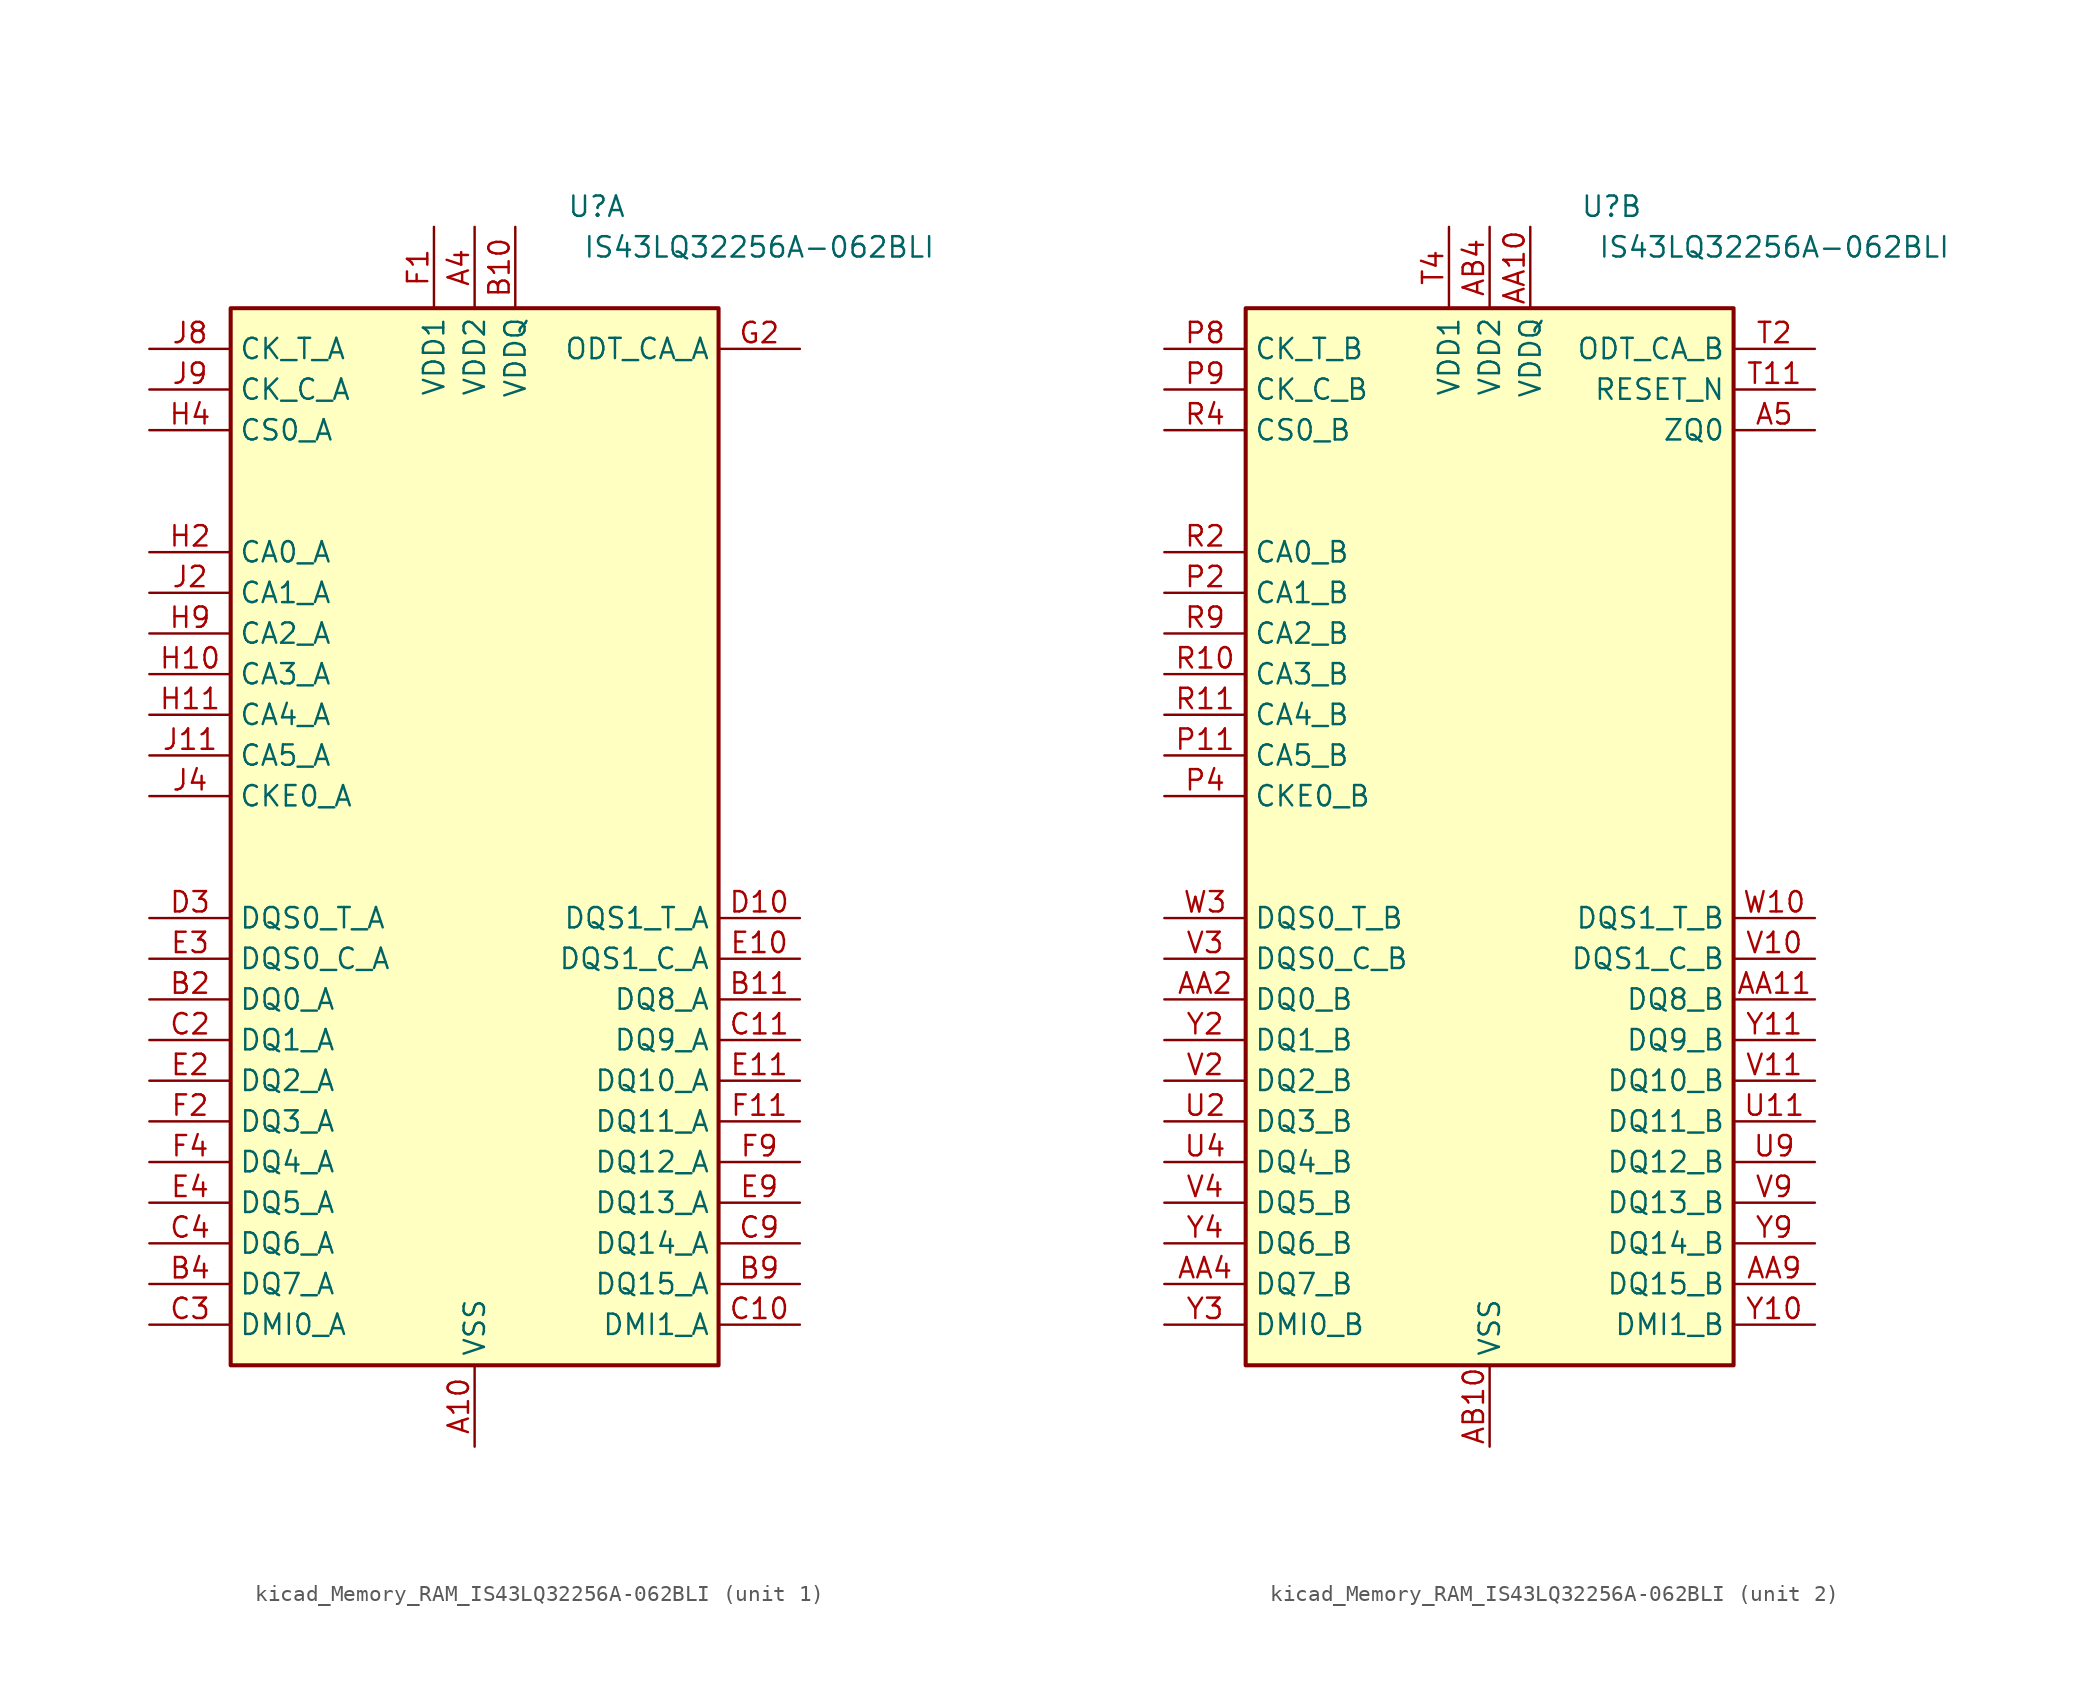
<source format=kicad_sym>
(kicad_symbol_lib
  (version 20220914)
  (generator kicad_symbol_editor)
  (symbol "kicad_Memory_RAM_IS43LQ32256A-062BLI"
    (property "Reference" "U"
      (at 7.62 39.37 0)
      (effects (font (size 1.27 1.27))))
    (property "Value" "IS43LQ32256A-062BLI"
      (at 17.78 36.83 0)
      (effects (font (size 1.27 1.27))))
    (property "ki_locked" ""
      (at 0 0 0)
      (effects (font (size 1.27 1.27))))
    (symbol "kicad_Memory_RAM_IS43LQ32256A-062BLI_1_0"
      (rectangle (start -15.24 -33.02) (end 15.24 33.02) (stroke (width 0.254) (type default)) (fill (type background))))
    (symbol "kicad_Memory_RAM_IS43LQ32256A-062BLI_1_1"
      (pin no_connect line (at 15.24 12.7 180) (length 5.08) hide (name "DNU" (effects (font (size 1.27 1.27)))) (number "A1" (effects (font (size 1.27 1.27)))))
      (pin power_in line (at 0 -38.1 90) (length 5.08) (name "VSS" (effects (font (size 1.27 1.27)))) (number "A10" (effects (font (size 1.27 1.27)))))
      (pin no_connect line (at 15.24 7.62 180) (length 5.08) hide (name "DNU" (effects (font (size 1.27 1.27)))) (number "A11" (effects (font (size 1.27 1.27)))))
      (pin no_connect line (at 15.24 5.08 180) (length 5.08) hide (name "DNU" (effects (font (size 1.27 1.27)))) (number "A12" (effects (font (size 1.27 1.27)))))
      (pin no_connect line (at 15.24 10.16 180) (length 5.08) hide (name "DNU" (effects (font (size 1.27 1.27)))) (number "A2" (effects (font (size 1.27 1.27)))))
      (pin passive line (at 0 -38.1 90) (length 5.08) hide (name "VSS" (effects (font (size 1.27 1.27)))) (number "A3" (effects (font (size 1.27 1.27)))))
      (pin power_in line (at 0 38.1 270) (length 5.08) (name "VDD2" (effects (font (size 1.27 1.27)))) (number "A4" (effects (font (size 1.27 1.27)))))
      (pin passive line (at 0 38.1 270) (length 5.08) hide (name "VDD2" (effects (font (size 1.27 1.27)))) (number "A9" (effects (font (size 1.27 1.27)))))
      (pin no_connect line (at 15.24 2.54 180) (length 5.08) hide (name "DNU" (effects (font (size 1.27 1.27)))) (number "B1" (effects (font (size 1.27 1.27)))))
      (pin power_in line (at 2.54 38.1 270) (length 5.08) (name "VDDQ" (effects (font (size 1.27 1.27)))) (number "B10" (effects (font (size 1.27 1.27)))))
      (pin bidirectional line (at 20.32 -10.16 180) (length 5.08) (name "DQ8_A" (effects (font (size 1.27 1.27)))) (number "B11" (effects (font (size 1.27 1.27)))))
      (pin no_connect line (at 15.24 0 180) (length 5.08) hide (name "DNU" (effects (font (size 1.27 1.27)))) (number "B12" (effects (font (size 1.27 1.27)))))
      (pin bidirectional line (at -20.32 -10.16 0) (length 5.08) (name "DQ0_A" (effects (font (size 1.27 1.27)))) (number "B2" (effects (font (size 1.27 1.27)))))
      (pin passive line (at 2.54 38.1 270) (length 5.08) hide (name "VDDQ" (effects (font (size 1.27 1.27)))) (number "B3" (effects (font (size 1.27 1.27)))))
      (pin bidirectional line (at -20.32 -27.94 0) (length 5.08) (name "DQ7_A" (effects (font (size 1.27 1.27)))) (number "B4" (effects (font (size 1.27 1.27)))))
      (pin passive line (at 2.54 38.1 270) (length 5.08) hide (name "VDDQ" (effects (font (size 1.27 1.27)))) (number "B5" (effects (font (size 1.27 1.27)))))
      (pin passive line (at 2.54 38.1 270) (length 5.08) hide (name "VDDQ" (effects (font (size 1.27 1.27)))) (number "B8" (effects (font (size 1.27 1.27)))))
      (pin bidirectional line (at 20.32 -27.94 180) (length 5.08) (name "DQ15_A" (effects (font (size 1.27 1.27)))) (number "B9" (effects (font (size 1.27 1.27)))))
      (pin passive line (at 0 -38.1 90) (length 5.08) hide (name "VSS" (effects (font (size 1.27 1.27)))) (number "C1" (effects (font (size 1.27 1.27)))))
      (pin bidirectional line (at 20.32 -30.48 180) (length 5.08) (name "DMI1_A" (effects (font (size 1.27 1.27)))) (number "C10" (effects (font (size 1.27 1.27)))))
      (pin bidirectional line (at 20.32 -12.7 180) (length 5.08) (name "DQ9_A" (effects (font (size 1.27 1.27)))) (number "C11" (effects (font (size 1.27 1.27)))))
      (pin passive line (at 0 -38.1 90) (length 5.08) hide (name "VSS" (effects (font (size 1.27 1.27)))) (number "C12" (effects (font (size 1.27 1.27)))))
      (pin bidirectional line (at -20.32 -12.7 0) (length 5.08) (name "DQ1_A" (effects (font (size 1.27 1.27)))) (number "C2" (effects (font (size 1.27 1.27)))))
      (pin bidirectional line (at -20.32 -30.48 0) (length 5.08) (name "DMI0_A" (effects (font (size 1.27 1.27)))) (number "C3" (effects (font (size 1.27 1.27)))))
      (pin bidirectional line (at -20.32 -25.4 0) (length 5.08) (name "DQ6_A" (effects (font (size 1.27 1.27)))) (number "C4" (effects (font (size 1.27 1.27)))))
      (pin passive line (at 0 -38.1 90) (length 5.08) hide (name "VSS" (effects (font (size 1.27 1.27)))) (number "C5" (effects (font (size 1.27 1.27)))))
      (pin passive line (at 0 -38.1 90) (length 5.08) hide (name "VSS" (effects (font (size 1.27 1.27)))) (number "C8" (effects (font (size 1.27 1.27)))))
      (pin bidirectional line (at 20.32 -25.4 180) (length 5.08) (name "DQ14_A" (effects (font (size 1.27 1.27)))) (number "C9" (effects (font (size 1.27 1.27)))))
      (pin passive line (at 2.54 38.1 270) (length 5.08) hide (name "VDDQ" (effects (font (size 1.27 1.27)))) (number "D1" (effects (font (size 1.27 1.27)))))
      (pin bidirectional line (at 20.32 -5.08 180) (length 5.08) (name "DQS1_T_A" (effects (font (size 1.27 1.27)))) (number "D10" (effects (font (size 1.27 1.27)))))
      (pin passive line (at 0 -38.1 90) (length 5.08) hide (name "VSS" (effects (font (size 1.27 1.27)))) (number "D11" (effects (font (size 1.27 1.27)))))
      (pin passive line (at 2.54 38.1 270) (length 5.08) hide (name "VDDQ" (effects (font (size 1.27 1.27)))) (number "D12" (effects (font (size 1.27 1.27)))))
      (pin passive line (at 0 -38.1 90) (length 5.08) hide (name "VSS" (effects (font (size 1.27 1.27)))) (number "D2" (effects (font (size 1.27 1.27)))))
      (pin bidirectional line (at -20.32 -5.08 0) (length 5.08) (name "DQS0_T_A" (effects (font (size 1.27 1.27)))) (number "D3" (effects (font (size 1.27 1.27)))))
      (pin passive line (at 0 -38.1 90) (length 5.08) hide (name "VSS" (effects (font (size 1.27 1.27)))) (number "D4" (effects (font (size 1.27 1.27)))))
      (pin passive line (at 2.54 38.1 270) (length 5.08) hide (name "VDDQ" (effects (font (size 1.27 1.27)))) (number "D5" (effects (font (size 1.27 1.27)))))
      (pin passive line (at 2.54 38.1 270) (length 5.08) hide (name "VDDQ" (effects (font (size 1.27 1.27)))) (number "D8" (effects (font (size 1.27 1.27)))))
      (pin passive line (at 0 -38.1 90) (length 5.08) hide (name "VSS" (effects (font (size 1.27 1.27)))) (number "D9" (effects (font (size 1.27 1.27)))))
      (pin passive line (at 0 -38.1 90) (length 5.08) hide (name "VSS" (effects (font (size 1.27 1.27)))) (number "E1" (effects (font (size 1.27 1.27)))))
      (pin bidirectional line (at 20.32 -7.62 180) (length 5.08) (name "DQS1_C_A" (effects (font (size 1.27 1.27)))) (number "E10" (effects (font (size 1.27 1.27)))))
      (pin bidirectional line (at 20.32 -15.24 180) (length 5.08) (name "DQ10_A" (effects (font (size 1.27 1.27)))) (number "E11" (effects (font (size 1.27 1.27)))))
      (pin passive line (at 0 -38.1 90) (length 5.08) hide (name "VSS" (effects (font (size 1.27 1.27)))) (number "E12" (effects (font (size 1.27 1.27)))))
      (pin bidirectional line (at -20.32 -15.24 0) (length 5.08) (name "DQ2_A" (effects (font (size 1.27 1.27)))) (number "E2" (effects (font (size 1.27 1.27)))))
      (pin bidirectional line (at -20.32 -7.62 0) (length 5.08) (name "DQS0_C_A" (effects (font (size 1.27 1.27)))) (number "E3" (effects (font (size 1.27 1.27)))))
      (pin bidirectional line (at -20.32 -22.86 0) (length 5.08) (name "DQ5_A" (effects (font (size 1.27 1.27)))) (number "E4" (effects (font (size 1.27 1.27)))))
      (pin passive line (at 0 -38.1 90) (length 5.08) hide (name "VSS" (effects (font (size 1.27 1.27)))) (number "E5" (effects (font (size 1.27 1.27)))))
      (pin passive line (at 0 -38.1 90) (length 5.08) hide (name "VSS" (effects (font (size 1.27 1.27)))) (number "E8" (effects (font (size 1.27 1.27)))))
      (pin bidirectional line (at 20.32 -22.86 180) (length 5.08) (name "DQ13_A" (effects (font (size 1.27 1.27)))) (number "E9" (effects (font (size 1.27 1.27)))))
      (pin power_in line (at -2.54 38.1 270) (length 5.08) (name "VDD1" (effects (font (size 1.27 1.27)))) (number "F1" (effects (font (size 1.27 1.27)))))
      (pin passive line (at 2.54 38.1 270) (length 5.08) hide (name "VDDQ" (effects (font (size 1.27 1.27)))) (number "F10" (effects (font (size 1.27 1.27)))))
      (pin bidirectional line (at 20.32 -17.78 180) (length 5.08) (name "DQ11_A" (effects (font (size 1.27 1.27)))) (number "F11" (effects (font (size 1.27 1.27)))))
      (pin passive line (at -2.54 38.1 270) (length 5.08) hide (name "VDD1" (effects (font (size 1.27 1.27)))) (number "F12" (effects (font (size 1.27 1.27)))))
      (pin bidirectional line (at -20.32 -17.78 0) (length 5.08) (name "DQ3_A" (effects (font (size 1.27 1.27)))) (number "F2" (effects (font (size 1.27 1.27)))))
      (pin passive line (at 2.54 38.1 270) (length 5.08) hide (name "VDDQ" (effects (font (size 1.27 1.27)))) (number "F3" (effects (font (size 1.27 1.27)))))
      (pin bidirectional line (at -20.32 -20.32 0) (length 5.08) (name "DQ4_A" (effects (font (size 1.27 1.27)))) (number "F4" (effects (font (size 1.27 1.27)))))
      (pin passive line (at 0 38.1 270) (length 5.08) hide (name "VDD2" (effects (font (size 1.27 1.27)))) (number "F5" (effects (font (size 1.27 1.27)))))
      (pin passive line (at 0 38.1 270) (length 5.08) hide (name "VDD2" (effects (font (size 1.27 1.27)))) (number "F8" (effects (font (size 1.27 1.27)))))
      (pin bidirectional line (at 20.32 -20.32 180) (length 5.08) (name "DQ12_A" (effects (font (size 1.27 1.27)))) (number "F9" (effects (font (size 1.27 1.27)))))
      (pin passive line (at 0 -38.1 90) (length 5.08) hide (name "VSS" (effects (font (size 1.27 1.27)))) (number "G1" (effects (font (size 1.27 1.27)))))
      (pin passive line (at 0 -38.1 90) (length 5.08) hide (name "VSS" (effects (font (size 1.27 1.27)))) (number "G10" (effects (font (size 1.27 1.27)))))
      (pin passive line (at 0 -38.1 90) (length 5.08) hide (name "VSS" (effects (font (size 1.27 1.27)))) (number "G12" (effects (font (size 1.27 1.27)))))
      (pin input line (at 20.32 30.48 180) (length 5.08) (name "ODT_CA_A" (effects (font (size 1.27 1.27)))) (number "G2" (effects (font (size 1.27 1.27)))))
      (pin passive line (at 0 -38.1 90) (length 5.08) hide (name "VSS" (effects (font (size 1.27 1.27)))) (number "G3" (effects (font (size 1.27 1.27)))))
      (pin passive line (at -2.54 38.1 270) (length 5.08) hide (name "VDD1" (effects (font (size 1.27 1.27)))) (number "G4" (effects (font (size 1.27 1.27)))))
      (pin passive line (at 0 -38.1 90) (length 5.08) hide (name "VSS" (effects (font (size 1.27 1.27)))) (number "G5" (effects (font (size 1.27 1.27)))))
      (pin passive line (at 0 -38.1 90) (length 5.08) hide (name "VSS" (effects (font (size 1.27 1.27)))) (number "G8" (effects (font (size 1.27 1.27)))))
      (pin passive line (at -2.54 38.1 270) (length 5.08) hide (name "VDD1" (effects (font (size 1.27 1.27)))) (number "G9" (effects (font (size 1.27 1.27)))))
      (pin passive line (at 0 38.1 270) (length 5.08) hide (name "VDD2" (effects (font (size 1.27 1.27)))) (number "H1" (effects (font (size 1.27 1.27)))))
      (pin input line (at -20.32 10.16 0) (length 5.08) (name "CA3_A" (effects (font (size 1.27 1.27)))) (number "H10" (effects (font (size 1.27 1.27)))))
      (pin input line (at -20.32 7.62 0) (length 5.08) (name "CA4_A" (effects (font (size 1.27 1.27)))) (number "H11" (effects (font (size 1.27 1.27)))))
      (pin passive line (at 0 38.1 270) (length 5.08) hide (name "VDD2" (effects (font (size 1.27 1.27)))) (number "H12" (effects (font (size 1.27 1.27)))))
      (pin input line (at -20.32 17.78 0) (length 5.08) (name "CA0_A" (effects (font (size 1.27 1.27)))) (number "H2" (effects (font (size 1.27 1.27)))))
      (pin no_connect line (at -15.24 22.86 0) (length 5.08) hide (name "NC" (effects (font (size 1.27 1.27)))) (number "H3" (effects (font (size 1.27 1.27)))))
      (pin input line (at -20.32 25.4 0) (length 5.08) (name "CS0_A" (effects (font (size 1.27 1.27)))) (number "H4" (effects (font (size 1.27 1.27)))))
      (pin passive line (at 0 38.1 270) (length 5.08) hide (name "VDD2" (effects (font (size 1.27 1.27)))) (number "H5" (effects (font (size 1.27 1.27)))))
      (pin passive line (at 0 38.1 270) (length 5.08) hide (name "VDD2" (effects (font (size 1.27 1.27)))) (number "H8" (effects (font (size 1.27 1.27)))))
      (pin input line (at -20.32 12.7 0) (length 5.08) (name "CA2_A" (effects (font (size 1.27 1.27)))) (number "H9" (effects (font (size 1.27 1.27)))))
      (pin passive line (at 0 -38.1 90) (length 5.08) hide (name "VSS" (effects (font (size 1.27 1.27)))) (number "J1" (effects (font (size 1.27 1.27)))))
      (pin passive line (at 0 -38.1 90) (length 5.08) hide (name "VSS" (effects (font (size 1.27 1.27)))) (number "J10" (effects (font (size 1.27 1.27)))))
      (pin input line (at -20.32 5.08 0) (length 5.08) (name "CA5_A" (effects (font (size 1.27 1.27)))) (number "J11" (effects (font (size 1.27 1.27)))))
      (pin passive line (at 0 -38.1 90) (length 5.08) hide (name "VSS" (effects (font (size 1.27 1.27)))) (number "J12" (effects (font (size 1.27 1.27)))))
      (pin input line (at -20.32 15.24 0) (length 5.08) (name "CA1_A" (effects (font (size 1.27 1.27)))) (number "J2" (effects (font (size 1.27 1.27)))))
      (pin passive line (at 0 -38.1 90) (length 5.08) hide (name "VSS" (effects (font (size 1.27 1.27)))) (number "J3" (effects (font (size 1.27 1.27)))))
      (pin input line (at -20.32 2.54 0) (length 5.08) (name "CKE0_A" (effects (font (size 1.27 1.27)))) (number "J4" (effects (font (size 1.27 1.27)))))
      (pin no_connect line (at -15.24 0 0) (length 5.08) hide (name "NC" (effects (font (size 1.27 1.27)))) (number "J5" (effects (font (size 1.27 1.27)))))
      (pin input line (at -20.32 30.48 0) (length 5.08) (name "CK_T_A" (effects (font (size 1.27 1.27)))) (number "J8" (effects (font (size 1.27 1.27)))))
      (pin input line (at -20.32 27.94 0) (length 5.08) (name "CK_C_A" (effects (font (size 1.27 1.27)))) (number "J9" (effects (font (size 1.27 1.27)))))
      (pin passive line (at 0 38.1 270) (length 5.08) hide (name "VDD2" (effects (font (size 1.27 1.27)))) (number "K1" (effects (font (size 1.27 1.27)))))
      (pin passive line (at 0 38.1 270) (length 5.08) hide (name "VDD2" (effects (font (size 1.27 1.27)))) (number "K10" (effects (font (size 1.27 1.27)))))
      (pin passive line (at 0 -38.1 90) (length 5.08) hide (name "VSS" (effects (font (size 1.27 1.27)))) (number "K11" (effects (font (size 1.27 1.27)))))
      (pin passive line (at 0 38.1 270) (length 5.08) hide (name "VDD2" (effects (font (size 1.27 1.27)))) (number "K12" (effects (font (size 1.27 1.27)))))
      (pin passive line (at 0 -38.1 90) (length 5.08) hide (name "VSS" (effects (font (size 1.27 1.27)))) (number "K2" (effects (font (size 1.27 1.27)))))
      (pin passive line (at 0 38.1 270) (length 5.08) hide (name "VDD2" (effects (font (size 1.27 1.27)))) (number "K3" (effects (font (size 1.27 1.27)))))
      (pin passive line (at 0 -38.1 90) (length 5.08) hide (name "VSS" (effects (font (size 1.27 1.27)))) (number "K4" (effects (font (size 1.27 1.27)))))
      (pin no_connect line (at -15.24 20.32 0) (length 5.08) hide (name "NC" (effects (font (size 1.27 1.27)))) (number "K5" (effects (font (size 1.27 1.27)))))
      (pin no_connect line (at -15.24 -2.54 0) (length 5.08) hide (name "NC" (effects (font (size 1.27 1.27)))) (number "K8" (effects (font (size 1.27 1.27)))))
      (pin passive line (at 0 -38.1 90) (length 5.08) hide (name "VSS" (effects (font (size 1.27 1.27)))) (number "K9" (effects (font (size 1.27 1.27))))))
    (symbol "kicad_Memory_RAM_IS43LQ32256A-062BLI_2_0"
      (rectangle (start -15.24 -33.02) (end 15.24 33.02) (stroke (width 0.254) (type default)) (fill (type background))))
    (symbol "kicad_Memory_RAM_IS43LQ32256A-062BLI_2_1"
      (pin input line (at 20.32 25.4 180) (length 5.08) (name "ZQ0" (effects (font (size 1.27 1.27)))) (number "A5" (effects (font (size 1.27 1.27)))))
      (pin no_connect line (at 15.24 22.86 180) (length 5.08) hide (name "NC" (effects (font (size 1.27 1.27)))) (number "A8" (effects (font (size 1.27 1.27)))))
      (pin no_connect line (at 15.24 12.7 180) (length 5.08) hide (name "DNU" (effects (font (size 1.27 1.27)))) (number "AA1" (effects (font (size 1.27 1.27)))))
      (pin power_in line (at 2.54 38.1 270) (length 5.08) (name "VDDQ" (effects (font (size 1.27 1.27)))) (number "AA10" (effects (font (size 1.27 1.27)))))
      (pin bidirectional line (at 20.32 -10.16 180) (length 5.08) (name "DQ8_B" (effects (font (size 1.27 1.27)))) (number "AA11" (effects (font (size 1.27 1.27)))))
      (pin no_connect line (at 15.24 10.16 180) (length 5.08) hide (name "DNU" (effects (font (size 1.27 1.27)))) (number "AA12" (effects (font (size 1.27 1.27)))))
      (pin bidirectional line (at -20.32 -10.16 0) (length 5.08) (name "DQ0_B" (effects (font (size 1.27 1.27)))) (number "AA2" (effects (font (size 1.27 1.27)))))
      (pin passive line (at 2.54 38.1 270) (length 5.08) hide (name "VDDQ" (effects (font (size 1.27 1.27)))) (number "AA3" (effects (font (size 1.27 1.27)))))
      (pin bidirectional line (at -20.32 -27.94 0) (length 5.08) (name "DQ7_B" (effects (font (size 1.27 1.27)))) (number "AA4" (effects (font (size 1.27 1.27)))))
      (pin passive line (at 2.54 38.1 270) (length 5.08) hide (name "VDDQ" (effects (font (size 1.27 1.27)))) (number "AA5" (effects (font (size 1.27 1.27)))))
      (pin passive line (at 2.54 38.1 270) (length 5.08) hide (name "VDDQ" (effects (font (size 1.27 1.27)))) (number "AA8" (effects (font (size 1.27 1.27)))))
      (pin bidirectional line (at 20.32 -27.94 180) (length 5.08) (name "DQ15_B" (effects (font (size 1.27 1.27)))) (number "AA9" (effects (font (size 1.27 1.27)))))
      (pin no_connect line (at 15.24 7.62 180) (length 5.08) hide (name "DNU" (effects (font (size 1.27 1.27)))) (number "AB1" (effects (font (size 1.27 1.27)))))
      (pin power_in line (at 0 -38.1 90) (length 5.08) (name "VSS" (effects (font (size 1.27 1.27)))) (number "AB10" (effects (font (size 1.27 1.27)))))
      (pin no_connect line (at 15.24 2.54 180) (length 5.08) hide (name "DNU" (effects (font (size 1.27 1.27)))) (number "AB11" (effects (font (size 1.27 1.27)))))
      (pin no_connect line (at 15.24 0 180) (length 5.08) hide (name "DNU" (effects (font (size 1.27 1.27)))) (number "AB12" (effects (font (size 1.27 1.27)))))
      (pin no_connect line (at 15.24 5.08 180) (length 5.08) hide (name "DNU" (effects (font (size 1.27 1.27)))) (number "AB2" (effects (font (size 1.27 1.27)))))
      (pin passive line (at 0 -38.1 90) (length 5.08) hide (name "VSS" (effects (font (size 1.27 1.27)))) (number "AB3" (effects (font (size 1.27 1.27)))))
      (pin power_in line (at 0 38.1 270) (length 5.08) (name "VDD2" (effects (font (size 1.27 1.27)))) (number "AB4" (effects (font (size 1.27 1.27)))))
      (pin passive line (at 0 -38.1 90) (length 5.08) hide (name "VSS" (effects (font (size 1.27 1.27)))) (number "AB5" (effects (font (size 1.27 1.27)))))
      (pin passive line (at 0 -38.1 90) (length 5.08) hide (name "VSS" (effects (font (size 1.27 1.27)))) (number "AB8" (effects (font (size 1.27 1.27)))))
      (pin passive line (at 0 38.1 270) (length 5.08) hide (name "VDD2" (effects (font (size 1.27 1.27)))) (number "AB9" (effects (font (size 1.27 1.27)))))
      (pin no_connect line (at 15.24 20.32 180) (length 5.08) hide (name "NC" (effects (font (size 1.27 1.27)))) (number "G11" (effects (font (size 1.27 1.27)))))
      (pin passive line (at 0 38.1 270) (length 5.08) hide (name "VDD2" (effects (font (size 1.27 1.27)))) (number "N1" (effects (font (size 1.27 1.27)))))
      (pin passive line (at 0 38.1 270) (length 5.08) hide (name "VDD2" (effects (font (size 1.27 1.27)))) (number "N10" (effects (font (size 1.27 1.27)))))
      (pin passive line (at 0 -38.1 90) (length 5.08) hide (name "VSS" (effects (font (size 1.27 1.27)))) (number "N11" (effects (font (size 1.27 1.27)))))
      (pin passive line (at 0 38.1 270) (length 5.08) hide (name "VDD2" (effects (font (size 1.27 1.27)))) (number "N12" (effects (font (size 1.27 1.27)))))
      (pin passive line (at 0 -38.1 90) (length 5.08) hide (name "VSS" (effects (font (size 1.27 1.27)))) (number "N2" (effects (font (size 1.27 1.27)))))
      (pin passive line (at 0 38.1 270) (length 5.08) hide (name "VDD2" (effects (font (size 1.27 1.27)))) (number "N3" (effects (font (size 1.27 1.27)))))
      (pin passive line (at 0 -38.1 90) (length 5.08) hide (name "VSS" (effects (font (size 1.27 1.27)))) (number "N4" (effects (font (size 1.27 1.27)))))
      (pin no_connect line (at -15.24 20.32 0) (length 5.08) hide (name "NC" (effects (font (size 1.27 1.27)))) (number "N5" (effects (font (size 1.27 1.27)))))
      (pin no_connect line (at -15.24 -2.54 0) (length 5.08) hide (name "NC" (effects (font (size 1.27 1.27)))) (number "N8" (effects (font (size 1.27 1.27)))))
      (pin passive line (at 0 -38.1 90) (length 5.08) hide (name "VSS" (effects (font (size 1.27 1.27)))) (number "N9" (effects (font (size 1.27 1.27)))))
      (pin passive line (at 0 -38.1 90) (length 5.08) hide (name "VSS" (effects (font (size 1.27 1.27)))) (number "P1" (effects (font (size 1.27 1.27)))))
      (pin passive line (at 0 -38.1 90) (length 5.08) hide (name "VSS" (effects (font (size 1.27 1.27)))) (number "P10" (effects (font (size 1.27 1.27)))))
      (pin input line (at -20.32 5.08 0) (length 5.08) (name "CA5_B" (effects (font (size 1.27 1.27)))) (number "P11" (effects (font (size 1.27 1.27)))))
      (pin passive line (at 0 -38.1 90) (length 5.08) hide (name "VSS" (effects (font (size 1.27 1.27)))) (number "P12" (effects (font (size 1.27 1.27)))))
      (pin input line (at -20.32 15.24 0) (length 5.08) (name "CA1_B" (effects (font (size 1.27 1.27)))) (number "P2" (effects (font (size 1.27 1.27)))))
      (pin passive line (at 0 -38.1 90) (length 5.08) hide (name "VSS" (effects (font (size 1.27 1.27)))) (number "P3" (effects (font (size 1.27 1.27)))))
      (pin input line (at -20.32 2.54 0) (length 5.08) (name "CKE0_B" (effects (font (size 1.27 1.27)))) (number "P4" (effects (font (size 1.27 1.27)))))
      (pin no_connect line (at -15.24 0 0) (length 5.08) hide (name "NC" (effects (font (size 1.27 1.27)))) (number "P5" (effects (font (size 1.27 1.27)))))
      (pin input line (at -20.32 30.48 0) (length 5.08) (name "CK_T_B" (effects (font (size 1.27 1.27)))) (number "P8" (effects (font (size 1.27 1.27)))))
      (pin input line (at -20.32 27.94 0) (length 5.08) (name "CK_C_B" (effects (font (size 1.27 1.27)))) (number "P9" (effects (font (size 1.27 1.27)))))
      (pin passive line (at 0 38.1 270) (length 5.08) hide (name "VDD2" (effects (font (size 1.27 1.27)))) (number "R1" (effects (font (size 1.27 1.27)))))
      (pin input line (at -20.32 10.16 0) (length 5.08) (name "CA3_B" (effects (font (size 1.27 1.27)))) (number "R10" (effects (font (size 1.27 1.27)))))
      (pin input line (at -20.32 7.62 0) (length 5.08) (name "CA4_B" (effects (font (size 1.27 1.27)))) (number "R11" (effects (font (size 1.27 1.27)))))
      (pin passive line (at 0 38.1 270) (length 5.08) hide (name "VDD2" (effects (font (size 1.27 1.27)))) (number "R12" (effects (font (size 1.27 1.27)))))
      (pin input line (at -20.32 17.78 0) (length 5.08) (name "CA0_B" (effects (font (size 1.27 1.27)))) (number "R2" (effects (font (size 1.27 1.27)))))
      (pin no_connect line (at -15.24 22.86 0) (length 5.08) hide (name "NC" (effects (font (size 1.27 1.27)))) (number "R3" (effects (font (size 1.27 1.27)))))
      (pin input line (at -20.32 25.4 0) (length 5.08) (name "CS0_B" (effects (font (size 1.27 1.27)))) (number "R4" (effects (font (size 1.27 1.27)))))
      (pin passive line (at 0 38.1 270) (length 5.08) hide (name "VDD2" (effects (font (size 1.27 1.27)))) (number "R5" (effects (font (size 1.27 1.27)))))
      (pin passive line (at 0 38.1 270) (length 5.08) hide (name "VDD2" (effects (font (size 1.27 1.27)))) (number "R8" (effects (font (size 1.27 1.27)))))
      (pin input line (at -20.32 12.7 0) (length 5.08) (name "CA2_B" (effects (font (size 1.27 1.27)))) (number "R9" (effects (font (size 1.27 1.27)))))
      (pin passive line (at 0 -38.1 90) (length 5.08) hide (name "VSS" (effects (font (size 1.27 1.27)))) (number "T1" (effects (font (size 1.27 1.27)))))
      (pin passive line (at 0 -38.1 90) (length 5.08) hide (name "VSS" (effects (font (size 1.27 1.27)))) (number "T10" (effects (font (size 1.27 1.27)))))
      (pin input line (at 20.32 27.94 180) (length 5.08) (name "RESET_N" (effects (font (size 1.27 1.27)))) (number "T11" (effects (font (size 1.27 1.27)))))
      (pin passive line (at 0 -38.1 90) (length 5.08) hide (name "VSS" (effects (font (size 1.27 1.27)))) (number "T12" (effects (font (size 1.27 1.27)))))
      (pin input line (at 20.32 30.48 180) (length 5.08) (name "ODT_CA_B" (effects (font (size 1.27 1.27)))) (number "T2" (effects (font (size 1.27 1.27)))))
      (pin passive line (at 0 -38.1 90) (length 5.08) hide (name "VSS" (effects (font (size 1.27 1.27)))) (number "T3" (effects (font (size 1.27 1.27)))))
      (pin power_in line (at -2.54 38.1 270) (length 5.08) (name "VDD1" (effects (font (size 1.27 1.27)))) (number "T4" (effects (font (size 1.27 1.27)))))
      (pin passive line (at 0 -38.1 90) (length 5.08) hide (name "VSS" (effects (font (size 1.27 1.27)))) (number "T5" (effects (font (size 1.27 1.27)))))
      (pin passive line (at 0 -38.1 90) (length 5.08) hide (name "VSS" (effects (font (size 1.27 1.27)))) (number "T8" (effects (font (size 1.27 1.27)))))
      (pin passive line (at -2.54 38.1 270) (length 5.08) hide (name "VDD1" (effects (font (size 1.27 1.27)))) (number "T9" (effects (font (size 1.27 1.27)))))
      (pin passive line (at -2.54 38.1 270) (length 5.08) hide (name "VDD1" (effects (font (size 1.27 1.27)))) (number "U1" (effects (font (size 1.27 1.27)))))
      (pin passive line (at 2.54 38.1 270) (length 5.08) hide (name "VDDQ" (effects (font (size 1.27 1.27)))) (number "U10" (effects (font (size 1.27 1.27)))))
      (pin bidirectional line (at 20.32 -17.78 180) (length 5.08) (name "DQ11_B" (effects (font (size 1.27 1.27)))) (number "U11" (effects (font (size 1.27 1.27)))))
      (pin passive line (at -2.54 38.1 270) (length 5.08) hide (name "VDD1" (effects (font (size 1.27 1.27)))) (number "U12" (effects (font (size 1.27 1.27)))))
      (pin bidirectional line (at -20.32 -17.78 0) (length 5.08) (name "DQ3_B" (effects (font (size 1.27 1.27)))) (number "U2" (effects (font (size 1.27 1.27)))))
      (pin passive line (at 2.54 38.1 270) (length 5.08) hide (name "VDDQ" (effects (font (size 1.27 1.27)))) (number "U3" (effects (font (size 1.27 1.27)))))
      (pin bidirectional line (at -20.32 -20.32 0) (length 5.08) (name "DQ4_B" (effects (font (size 1.27 1.27)))) (number "U4" (effects (font (size 1.27 1.27)))))
      (pin passive line (at 0 38.1 270) (length 5.08) hide (name "VDD2" (effects (font (size 1.27 1.27)))) (number "U5" (effects (font (size 1.27 1.27)))))
      (pin passive line (at 0 38.1 270) (length 5.08) hide (name "VDD2" (effects (font (size 1.27 1.27)))) (number "U8" (effects (font (size 1.27 1.27)))))
      (pin bidirectional line (at 20.32 -20.32 180) (length 5.08) (name "DQ12_B" (effects (font (size 1.27 1.27)))) (number "U9" (effects (font (size 1.27 1.27)))))
      (pin passive line (at 0 -38.1 90) (length 5.08) hide (name "VSS" (effects (font (size 1.27 1.27)))) (number "V1" (effects (font (size 1.27 1.27)))))
      (pin bidirectional line (at 20.32 -7.62 180) (length 5.08) (name "DQS1_C_B" (effects (font (size 1.27 1.27)))) (number "V10" (effects (font (size 1.27 1.27)))))
      (pin bidirectional line (at 20.32 -15.24 180) (length 5.08) (name "DQ10_B" (effects (font (size 1.27 1.27)))) (number "V11" (effects (font (size 1.27 1.27)))))
      (pin passive line (at 0 -38.1 90) (length 5.08) hide (name "VSS" (effects (font (size 1.27 1.27)))) (number "V12" (effects (font (size 1.27 1.27)))))
      (pin bidirectional line (at -20.32 -15.24 0) (length 5.08) (name "DQ2_B" (effects (font (size 1.27 1.27)))) (number "V2" (effects (font (size 1.27 1.27)))))
      (pin bidirectional line (at -20.32 -7.62 0) (length 5.08) (name "DQS0_C_B" (effects (font (size 1.27 1.27)))) (number "V3" (effects (font (size 1.27 1.27)))))
      (pin bidirectional line (at -20.32 -22.86 0) (length 5.08) (name "DQ5_B" (effects (font (size 1.27 1.27)))) (number "V4" (effects (font (size 1.27 1.27)))))
      (pin passive line (at 0 -38.1 90) (length 5.08) hide (name "VSS" (effects (font (size 1.27 1.27)))) (number "V5" (effects (font (size 1.27 1.27)))))
      (pin passive line (at 0 -38.1 90) (length 5.08) hide (name "VSS" (effects (font (size 1.27 1.27)))) (number "V8" (effects (font (size 1.27 1.27)))))
      (pin bidirectional line (at 20.32 -22.86 180) (length 5.08) (name "DQ13_B" (effects (font (size 1.27 1.27)))) (number "V9" (effects (font (size 1.27 1.27)))))
      (pin passive line (at 2.54 38.1 270) (length 5.08) hide (name "VDDQ" (effects (font (size 1.27 1.27)))) (number "W1" (effects (font (size 1.27 1.27)))))
      (pin bidirectional line (at 20.32 -5.08 180) (length 5.08) (name "DQS1_T_B" (effects (font (size 1.27 1.27)))) (number "W10" (effects (font (size 1.27 1.27)))))
      (pin passive line (at 0 -38.1 90) (length 5.08) hide (name "VSS" (effects (font (size 1.27 1.27)))) (number "W11" (effects (font (size 1.27 1.27)))))
      (pin passive line (at 2.54 38.1 270) (length 5.08) hide (name "VDDQ" (effects (font (size 1.27 1.27)))) (number "W12" (effects (font (size 1.27 1.27)))))
      (pin passive line (at 0 -38.1 90) (length 5.08) hide (name "VSS" (effects (font (size 1.27 1.27)))) (number "W2" (effects (font (size 1.27 1.27)))))
      (pin bidirectional line (at -20.32 -5.08 0) (length 5.08) (name "DQS0_T_B" (effects (font (size 1.27 1.27)))) (number "W3" (effects (font (size 1.27 1.27)))))
      (pin passive line (at 0 -38.1 90) (length 5.08) hide (name "VSS" (effects (font (size 1.27 1.27)))) (number "W4" (effects (font (size 1.27 1.27)))))
      (pin passive line (at 2.54 38.1 270) (length 5.08) hide (name "VDDQ" (effects (font (size 1.27 1.27)))) (number "W5" (effects (font (size 1.27 1.27)))))
      (pin passive line (at 2.54 38.1 270) (length 5.08) hide (name "VDDQ" (effects (font (size 1.27 1.27)))) (number "W8" (effects (font (size 1.27 1.27)))))
      (pin passive line (at 0 -38.1 90) (length 5.08) hide (name "VSS" (effects (font (size 1.27 1.27)))) (number "W9" (effects (font (size 1.27 1.27)))))
      (pin passive line (at 0 -38.1 90) (length 5.08) hide (name "VSS" (effects (font (size 1.27 1.27)))) (number "Y1" (effects (font (size 1.27 1.27)))))
      (pin bidirectional line (at 20.32 -30.48 180) (length 5.08) (name "DMI1_B" (effects (font (size 1.27 1.27)))) (number "Y10" (effects (font (size 1.27 1.27)))))
      (pin bidirectional line (at 20.32 -12.7 180) (length 5.08) (name "DQ9_B" (effects (font (size 1.27 1.27)))) (number "Y11" (effects (font (size 1.27 1.27)))))
      (pin passive line (at 0 -38.1 90) (length 5.08) hide (name "VSS" (effects (font (size 1.27 1.27)))) (number "Y12" (effects (font (size 1.27 1.27)))))
      (pin bidirectional line (at -20.32 -12.7 0) (length 5.08) (name "DQ1_B" (effects (font (size 1.27 1.27)))) (number "Y2" (effects (font (size 1.27 1.27)))))
      (pin bidirectional line (at -20.32 -30.48 0) (length 5.08) (name "DMI0_B" (effects (font (size 1.27 1.27)))) (number "Y3" (effects (font (size 1.27 1.27)))))
      (pin bidirectional line (at -20.32 -25.4 0) (length 5.08) (name "DQ6_B" (effects (font (size 1.27 1.27)))) (number "Y4" (effects (font (size 1.27 1.27)))))
      (pin passive line (at 0 -38.1 90) (length 5.08) hide (name "VSS" (effects (font (size 1.27 1.27)))) (number "Y5" (effects (font (size 1.27 1.27)))))
      (pin passive line (at 0 -38.1 90) (length 5.08) hide (name "VSS" (effects (font (size 1.27 1.27)))) (number "Y8" (effects (font (size 1.27 1.27)))))
      (pin bidirectional line (at 20.32 -25.4 180) (length 5.08) (name "DQ14_B" (effects (font (size 1.27 1.27)))) (number "Y9" (effects (font (size 1.27 1.27))))))))
</source>
